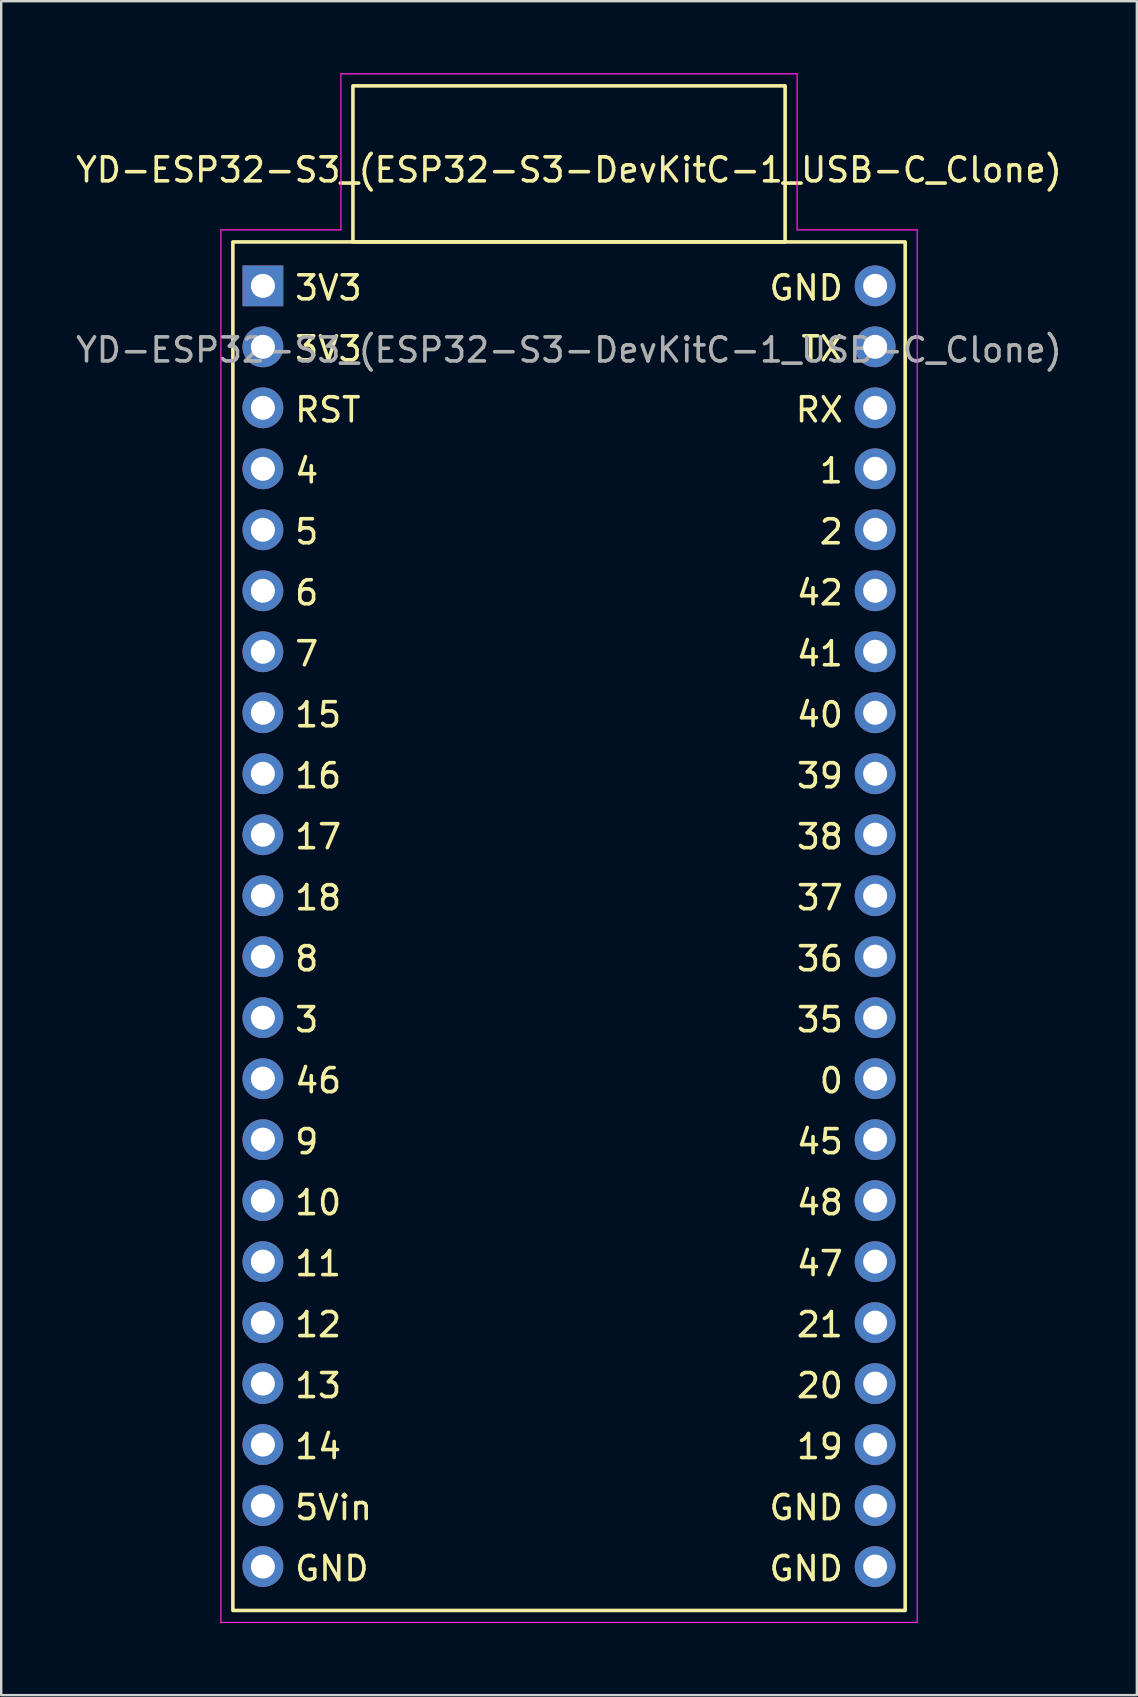
<source format=kicad_pcb>
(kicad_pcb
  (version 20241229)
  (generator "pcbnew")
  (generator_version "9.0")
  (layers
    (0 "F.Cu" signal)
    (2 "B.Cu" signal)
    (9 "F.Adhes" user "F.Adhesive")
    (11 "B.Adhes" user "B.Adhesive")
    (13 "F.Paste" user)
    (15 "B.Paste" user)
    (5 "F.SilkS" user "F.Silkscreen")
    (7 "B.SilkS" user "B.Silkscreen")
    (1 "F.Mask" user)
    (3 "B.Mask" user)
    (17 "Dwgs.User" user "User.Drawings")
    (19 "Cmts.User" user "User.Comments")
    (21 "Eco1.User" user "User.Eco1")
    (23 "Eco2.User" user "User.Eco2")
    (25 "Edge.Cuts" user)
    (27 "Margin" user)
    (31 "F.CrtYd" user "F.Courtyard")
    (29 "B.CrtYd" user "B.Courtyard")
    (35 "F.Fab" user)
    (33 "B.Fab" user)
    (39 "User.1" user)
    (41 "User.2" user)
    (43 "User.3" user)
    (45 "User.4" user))
  (footprint "YD-ESP32-S3_(ESP32-S3-DevKitC-1_USB-C_Clone)"
    (layer "F.Cu")
    (at 6.149 6.525)
    (property "Reference" "YD-ESP32-S3_(ESP32-S3-DevKitC-1_USB-C_Clone)" (at 14.5 -2.5 0) (unlocked yes) (layer "F.SilkS") (effects (font (size 1 1) (thickness 0.15))))
    (attr through_hole)
    (fp_rect (start 0.5 0.5) (end 28.5 57.5) (stroke (width 0.15) (type default)) (fill no) (layer "F.SilkS"))
    (fp_rect (start 5.5 -6) (end 23.5 0.5) (stroke (width 0.15) (type default)) (fill no) (layer "F.SilkS"))
    (fp_line (start 0 0) (end 5 0) (stroke (width 0.05) (type default)) (layer "F.CrtYd"))
    (fp_line (start 0 58) (end 0 0) (stroke (width 0.05) (type default)) (layer "F.CrtYd"))
    (fp_line (start 5 -6.5) (end 24 -6.5) (stroke (width 0.05) (type default)) (layer "F.CrtYd"))
    (fp_line (start 5 0) (end 5 -6.5) (stroke (width 0.05) (type default)) (layer "F.CrtYd"))
    (fp_line (start 24 -6.5) (end 24 0) (stroke (width 0.05) (type default)) (layer "F.CrtYd"))
    (fp_line (start 24 0) (end 29 0) (stroke (width 0.05) (type default)) (layer "F.CrtYd"))
    (fp_line (start 29 0) (end 29 58) (stroke (width 0.05) (type default)) (layer "F.CrtYd"))
    (fp_line (start 29 58) (end 0 58) (stroke (width 0.05) (type default)) (layer "F.CrtYd"))
    (fp_text user "7" (at 3 18.24 0) (unlocked yes) (layer "F.SilkS") (effects (font (size 1 1) (thickness 0.15)) (justify left bottom)))
    (fp_text user "19" (at 26 51.26 0) (unlocked yes) (layer "F.SilkS") (effects (font (size 1 1) (thickness 0.15)) (justify right bottom)))
    (fp_text user "9" (at 3 38.56 0) (unlocked yes) (layer "F.SilkS") (effects (font (size 1 1) (thickness 0.15)) (justify left bottom)))
    (fp_text user "16" (at 3 23.32 0) (unlocked yes) (layer "F.SilkS") (effects (font (size 1 1) (thickness 0.15)) (justify left bottom)))
    (fp_text user "12" (at 3 46.18 0) (unlocked yes) (layer "F.SilkS") (effects (font (size 1 1) (thickness 0.15)) (justify left bottom)))
    (fp_text user "35" (at 26 33.48 0) (unlocked yes) (layer "F.SilkS") (effects (font (size 1 1) (thickness 0.15)) (justify right bottom)))
    (fp_text user "20" (at 26 48.72 0) (unlocked yes) (layer "F.SilkS") (effects (font (size 1 1) (thickness 0.15)) (justify right bottom)))
    (fp_text user "3V3" (at 3 5.54 0) (unlocked yes) (layer "F.SilkS") (effects (font (size 1 1) (thickness 0.15)) (justify left bottom)))
    (fp_text user "4" (at 3 10.62 0) (unlocked yes) (layer "F.SilkS") (effects (font (size 1 1) (thickness 0.15)) (justify left bottom)))
    (fp_text user "GND" (at 26 3 0) (unlocked yes) (layer "F.SilkS") (effects (font (size 1 1) (thickness 0.15)) (justify right bottom)))
    (fp_text user "15" (at 3 20.78 0) (unlocked yes) (layer "F.SilkS") (effects (font (size 1 1) (thickness 0.15)) (justify left bottom)))
    (fp_text user "39" (at 26 23.32 0) (unlocked yes) (layer "F.SilkS") (effects (font (size 1 1) (thickness 0.15)) (justify right bottom)))
    (fp_text user "GND" (at 26 56.34 0) (unlocked yes) (layer "F.SilkS") (effects (font (size 1 1) (thickness 0.15)) (justify right bottom)))
    (fp_text user "41" (at 26 18.24 0) (unlocked yes) (layer "F.SilkS") (effects (font (size 1 1) (thickness 0.15)) (justify right bottom)))
    (fp_text user "5Vin" (at 3 53.8 0) (unlocked yes) (layer "F.SilkS") (effects (font (size 1 1) (thickness 0.15)) (justify left bottom)))
    (fp_text user "5" (at 3 13.16 0) (unlocked yes) (layer "F.SilkS") (effects (font (size 1 1) (thickness 0.15)) (justify left bottom)))
    (fp_text user "3" (at 3 33.48 0) (unlocked yes) (layer "F.SilkS") (effects (font (size 1 1) (thickness 0.15)) (justify left bottom)))
    (fp_text user "RST" (at 3 8.08 0) (unlocked yes) (layer "F.SilkS") (effects (font (size 1 1) (thickness 0.15)) (justify left bottom)))
    (fp_text user "14" (at 3 51.26 0) (unlocked yes) (layer "F.SilkS") (effects (font (size 1 1) (thickness 0.15)) (justify left bottom)))
    (fp_text user "0" (at 26 36.02 0) (unlocked yes) (layer "F.SilkS") (effects (font (size 1 1) (thickness 0.15)) (justify right bottom)))
    (fp_text user "21" (at 26 46.18 0) (unlocked yes) (layer "F.SilkS") (effects (font (size 1 1) (thickness 0.15)) (justify right bottom)))
    (fp_text user "2" (at 26 13.16 0) (unlocked yes) (layer "F.SilkS") (effects (font (size 1 1) (thickness 0.15)) (justify right bottom)))
    (fp_text user "3V3" (at 3 3 0) (unlocked yes) (layer "F.SilkS") (effects (font (size 1 1) (thickness 0.15)) (justify left bottom)))
    (fp_text user "46" (at 3 36.02 0) (unlocked yes) (layer "F.SilkS") (effects (font (size 1 1) (thickness 0.15)) (justify left bottom)))
    (fp_text user "11" (at 3 43.64 0) (unlocked yes) (layer "F.SilkS") (effects (font (size 1 1) (thickness 0.15)) (justify left bottom)))
    (fp_text user "17" (at 3 25.86 0) (unlocked yes) (layer "F.SilkS") (effects (font (size 1 1) (thickness 0.15)) (justify left bottom)))
    (fp_text user "48" (at 26 41.1 0) (unlocked yes) (layer "F.SilkS") (effects (font (size 1 1) (thickness 0.15)) (justify right bottom)))
    (fp_text user "37" (at 26 28.4 0) (unlocked yes) (layer "F.SilkS") (effects (font (size 1 1) (thickness 0.15)) (justify right bottom)))
    (fp_text user "36" (at 26 30.94 0) (unlocked yes) (layer "F.SilkS") (effects (font (size 1 1) (thickness 0.15)) (justify right bottom)))
    (fp_text user "18" (at 3 28.4 0) (unlocked yes) (layer "F.SilkS") (effects (font (size 1 1) (thickness 0.15)) (justify left bottom)))
    (fp_text user "38" (at 26 25.86 0) (unlocked yes) (layer "F.SilkS") (effects (font (size 1 1) (thickness 0.15)) (justify right bottom)))
    (fp_text user "40" (at 26 20.78 0) (unlocked yes) (layer "F.SilkS") (effects (font (size 1 1) (thickness 0.15)) (justify right bottom)))
    (fp_text user "47" (at 26 43.64 0) (unlocked yes) (layer "F.SilkS") (effects (font (size 1 1) (thickness 0.15)) (justify right bottom)))
    (fp_text user "GND" (at 26 53.8 0) (unlocked yes) (layer "F.SilkS") (effects (font (size 1 1) (thickness 0.15)) (justify right bottom)))
    (fp_text user "8" (at 3 30.94 0) (unlocked yes) (layer "F.SilkS") (effects (font (size 1 1) (thickness 0.15)) (justify left bottom)))
    (fp_text user "6" (at 3 15.7 0) (unlocked yes) (layer "F.SilkS") (effects (font (size 1 1) (thickness 0.15)) (justify left bottom)))
    (fp_text user "TX" (at 26 5.54 0) (unlocked yes) (layer "F.SilkS") (effects (font (size 1 1) (thickness 0.15)) (justify right bottom)))
    (fp_text user "42" (at 26 15.7 0) (unlocked yes) (layer "F.SilkS") (effects (font (size 1 1) (thickness 0.15)) (justify right bottom)))
    (fp_text user "RX" (at 26 8.08 0) (unlocked yes) (layer "F.SilkS") (effects (font (size 1 1) (thickness 0.15)) (justify right bottom)))
    (fp_text user "13" (at 3 48.72 0) (unlocked yes) (layer "F.SilkS") (effects (font (size 1 1) (thickness 0.15)) (justify left bottom)))
    (fp_text user "10" (at 3 41.1 0) (unlocked yes) (layer "F.SilkS") (effects (font (size 1 1) (thickness 0.15)) (justify left bottom)))
    (fp_text user "45" (at 26 38.56 0) (unlocked yes) (layer "F.SilkS") (effects (font (size 1 1) (thickness 0.15)) (justify right bottom)))
    (fp_text user "1" (at 26 10.62 0) (unlocked yes) (layer "F.SilkS") (effects (font (size 1 1) (thickness 0.15)) (justify right bottom)))
    (fp_text user "GND" (at 3 56.34 0) (unlocked yes) (layer "F.SilkS") (effects (font (size 1 1) (thickness 0.15)) (justify left bottom)))
    (fp_text user "${REFERENCE}" (at 14.5 5 0) (unlocked yes) (layer "F.Fab") (effects (font (size 1 1) (thickness 0.15))))
    (pad "1" thru_hole rect (at 1.75 2.33) (size 1.7 1.7) (drill 1) (layers "*.Cu" "*.Mask"))
    (pad "2" thru_hole circle (at 1.75 4.87) (size 1.7 1.7) (drill 1) (layers "*.Cu" "*.Mask"))
    (pad "3" thru_hole circle (at 1.75 7.41) (size 1.7 1.7) (drill 1) (layers "*.Cu" "*.Mask"))
    (pad "4" thru_hole circle (at 1.75 9.95) (size 1.7 1.7) (drill 1) (layers "*.Cu" "*.Mask"))
    (pad "5" thru_hole circle (at 1.75 12.49) (size 1.7 1.7) (drill 1) (layers "*.Cu" "*.Mask"))
    (pad "6" thru_hole circle (at 1.75 15.03) (size 1.7 1.7) (drill 1) (layers "*.Cu" "*.Mask"))
    (pad "7" thru_hole circle (at 1.75 17.57) (size 1.7 1.7) (drill 1) (layers "*.Cu" "*.Mask"))
    (pad "8" thru_hole circle (at 1.75 20.11) (size 1.7 1.7) (drill 1) (layers "*.Cu" "*.Mask"))
    (pad "9" thru_hole circle (at 1.75 22.65) (size 1.7 1.7) (drill 1) (layers "*.Cu" "*.Mask"))
    (pad "10" thru_hole circle (at 1.75 25.19) (size 1.7 1.7) (drill 1) (layers "*.Cu" "*.Mask"))
    (pad "11" thru_hole circle (at 1.75 27.73) (size 1.7 1.7) (drill 1) (layers "*.Cu" "*.Mask"))
    (pad "12" thru_hole circle (at 1.75 30.27) (size 1.7 1.7) (drill 1) (layers "*.Cu" "*.Mask"))
    (pad "13" thru_hole circle (at 1.75 32.81) (size 1.7 1.7) (drill 1) (layers "*.Cu" "*.Mask"))
    (pad "14" thru_hole circle (at 1.75 35.35) (size 1.7 1.7) (drill 1) (layers "*.Cu" "*.Mask"))
    (pad "15" thru_hole circle (at 1.75 37.89) (size 1.7 1.7) (drill 1) (layers "*.Cu" "*.Mask"))
    (pad "16" thru_hole circle (at 1.75 40.43) (size 1.7 1.7) (drill 1) (layers "*.Cu" "*.Mask"))
    (pad "17" thru_hole circle (at 1.75 42.97) (size 1.7 1.7) (drill 1) (layers "*.Cu" "*.Mask"))
    (pad "18" thru_hole circle (at 1.75 45.51) (size 1.7 1.7) (drill 1) (layers "*.Cu" "*.Mask"))
    (pad "19" thru_hole circle (at 1.75 48.05) (size 1.7 1.7) (drill 1) (layers "*.Cu" "*.Mask"))
    (pad "20" thru_hole circle (at 1.75 50.59) (size 1.7 1.7) (drill 1) (layers "*.Cu" "*.Mask"))
    (pad "21" thru_hole circle (at 1.75 53.13) (size 1.7 1.7) (drill 1) (layers "*.Cu" "*.Mask"))
    (pad "22" thru_hole circle (at 1.75 55.67) (size 1.7 1.7) (drill 1) (layers "*.Cu" "*.Mask"))
    (pad "23" thru_hole circle (at 27.25 55.67) (size 1.7 1.7) (drill 1) (layers "*.Cu" "*.Mask"))
    (pad "24" thru_hole circle (at 27.25 53.13) (size 1.7 1.7) (drill 1) (layers "*.Cu" "*.Mask"))
    (pad "25" thru_hole circle (at 27.25 50.59) (size 1.7 1.7) (drill 1) (layers "*.Cu" "*.Mask"))
    (pad "26" thru_hole circle (at 27.25 48.05) (size 1.7 1.7) (drill 1) (layers "*.Cu" "*.Mask"))
    (pad "27" thru_hole circle (at 27.25 45.51) (size 1.7 1.7) (drill 1) (layers "*.Cu" "*.Mask"))
    (pad "28" thru_hole circle (at 27.25 42.97) (size 1.7 1.7) (drill 1) (layers "*.Cu" "*.Mask"))
    (pad "29" thru_hole circle (at 27.25 40.43) (size 1.7 1.7) (drill 1) (layers "*.Cu" "*.Mask"))
    (pad "30" thru_hole circle (at 27.25 37.89) (size 1.7 1.7) (drill 1) (layers "*.Cu" "*.Mask"))
    (pad "31" thru_hole circle (at 27.25 35.35) (size 1.7 1.7) (drill 1) (layers "*.Cu" "*.Mask"))
    (pad "32" thru_hole circle (at 27.25 32.81) (size 1.7 1.7) (drill 1) (layers "*.Cu" "*.Mask"))
    (pad "33" thru_hole circle (at 27.25 30.27) (size 1.7 1.7) (drill 1) (layers "*.Cu" "*.Mask"))
    (pad "34" thru_hole circle (at 27.25 27.73) (size 1.7 1.7) (drill 1) (layers "*.Cu" "*.Mask"))
    (pad "35" thru_hole circle (at 27.25 25.19) (size 1.7 1.7) (drill 1) (layers "*.Cu" "*.Mask"))
    (pad "36" thru_hole circle (at 27.25 22.65) (size 1.7 1.7) (drill 1) (layers "*.Cu" "*.Mask"))
    (pad "37" thru_hole circle (at 27.25 20.11) (size 1.7 1.7) (drill 1) (layers "*.Cu" "*.Mask"))
    (pad "38" thru_hole circle (at 27.25 17.57) (size 1.7 1.7) (drill 1) (layers "*.Cu" "*.Mask"))
    (pad "39" thru_hole circle (at 27.25 15.03) (size 1.7 1.7) (drill 1) (layers "*.Cu" "*.Mask"))
    (pad "40" thru_hole circle (at 27.25 12.49) (size 1.7 1.7) (drill 1) (layers "*.Cu" "*.Mask"))
    (pad "41" thru_hole circle (at 27.25 9.95) (size 1.7 1.7) (drill 1) (layers "*.Cu" "*.Mask"))
    (pad "42" thru_hole circle (at 27.25 7.41) (size 1.7 1.7) (drill 1) (layers "*.Cu" "*.Mask"))
    (pad "43" thru_hole circle (at 27.25 4.87) (size 1.7 1.7) (drill 1) (layers "*.Cu" "*.Mask"))
    (pad "44" thru_hole circle (at 27.25 2.33) (size 1.7 1.7) (drill 1) (layers "*.Cu" "*.Mask")))
  (gr_rect
    (start -3 -3)
    (end 44.298 67.55)
    (stroke (width 0.1) (type default))
    (fill no)
    (layer "Edge.Cuts")))
</source>
